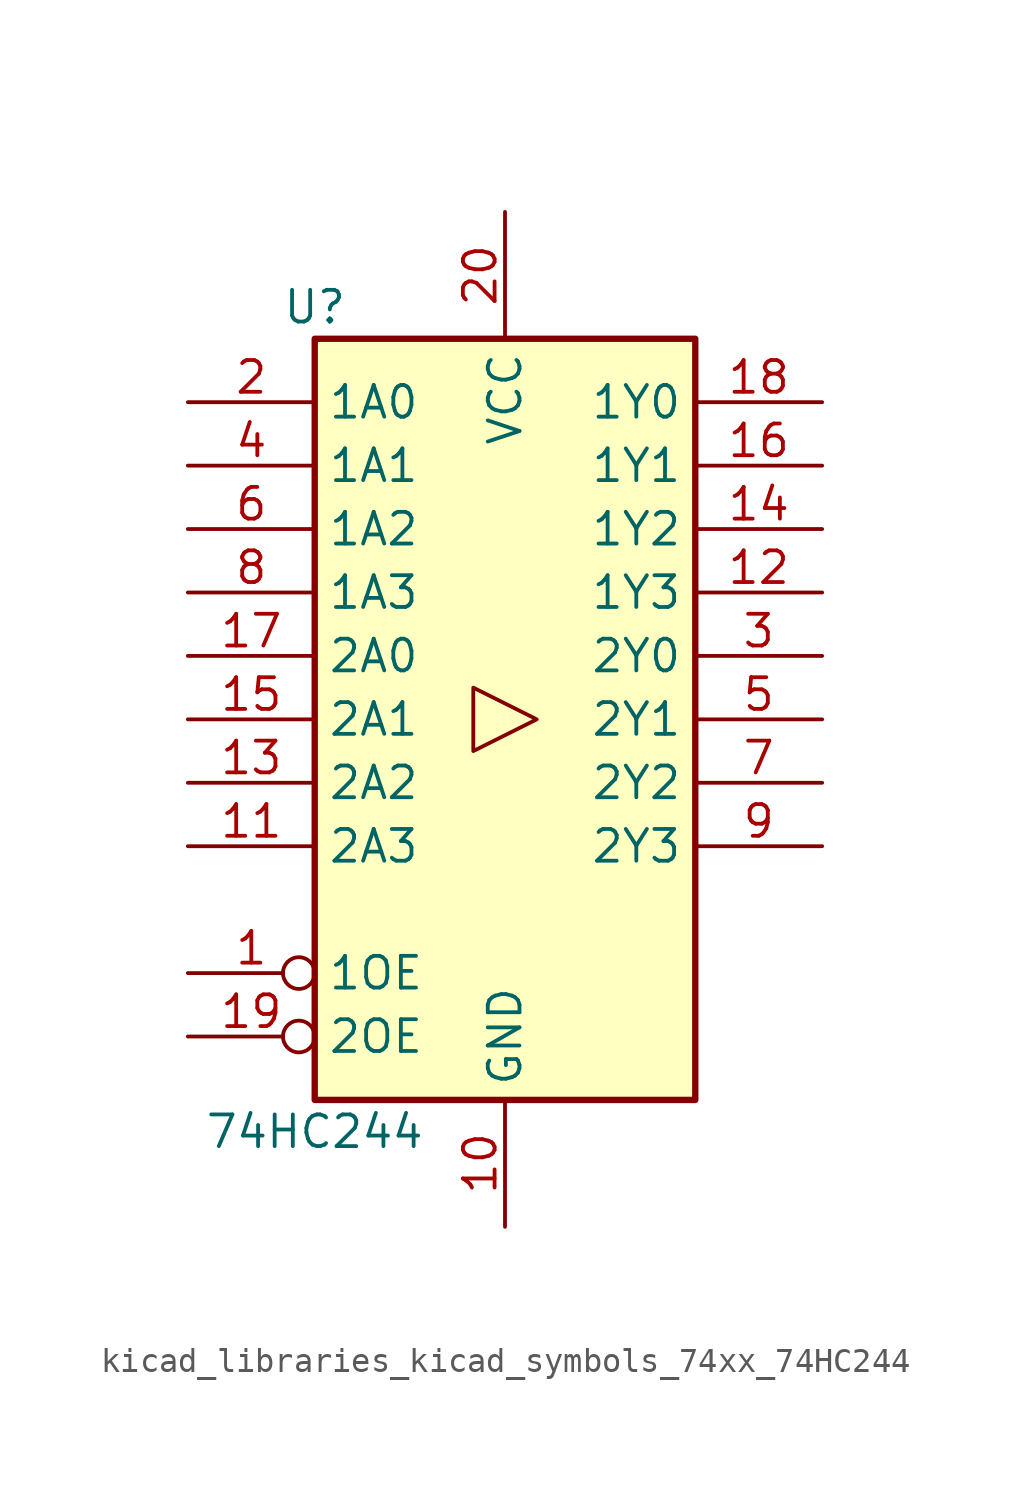
<source format=kicad_sym>
(kicad_symbol_lib
  (version 20220914)
  (generator kicad_symbol_editor)
  (symbol "kicad_libraries_kicad_symbols_74xx_74HC244"
    (property "Reference" "U"
      (at -7.62 16.51 0)
      (effects (font (size 1.27 1.27))))
    (property "Value" "74HC244"
      (at -7.62 -16.51 0)
      (effects (font (size 1.27 1.27))))
    (symbol "kicad_libraries_kicad_symbols_74xx_74HC244_1_0"
      (polyline (pts (xy 1.27 0) (xy -1.27 1.27) (xy -1.27 -1.27) (xy 1.27 0)) (stroke (width 0.152) (type default)) (fill (type none)))
      (pin input inverted (at -12.7 -10.16 0) (length 5.08) (name "1OE" (effects (font (size 1.27 1.27)))) (number "1" (effects (font (size 1.27 1.27)))))
      (pin power_in line (at 0 -20.32 90) (length 5.08) (name "GND" (effects (font (size 1.27 1.27)))) (number "10" (effects (font (size 1.27 1.27)))))
      (pin input line (at -12.7 -5.08 0) (length 5.08) (name "2A3" (effects (font (size 1.27 1.27)))) (number "11" (effects (font (size 1.27 1.27)))))
      (pin tri_state line (at 12.7 5.08 180) (length 5.08) (name "1Y3" (effects (font (size 1.27 1.27)))) (number "12" (effects (font (size 1.27 1.27)))))
      (pin input line (at -12.7 -2.54 0) (length 5.08) (name "2A2" (effects (font (size 1.27 1.27)))) (number "13" (effects (font (size 1.27 1.27)))))
      (pin tri_state line (at 12.7 7.62 180) (length 5.08) (name "1Y2" (effects (font (size 1.27 1.27)))) (number "14" (effects (font (size 1.27 1.27)))))
      (pin input line (at -12.7 0 0) (length 5.08) (name "2A1" (effects (font (size 1.27 1.27)))) (number "15" (effects (font (size 1.27 1.27)))))
      (pin tri_state line (at 12.7 10.16 180) (length 5.08) (name "1Y1" (effects (font (size 1.27 1.27)))) (number "16" (effects (font (size 1.27 1.27)))))
      (pin input line (at -12.7 2.54 0) (length 5.08) (name "2A0" (effects (font (size 1.27 1.27)))) (number "17" (effects (font (size 1.27 1.27)))))
      (pin tri_state line (at 12.7 12.7 180) (length 5.08) (name "1Y0" (effects (font (size 1.27 1.27)))) (number "18" (effects (font (size 1.27 1.27)))))
      (pin input inverted (at -12.7 -12.7 0) (length 5.08) (name "2OE" (effects (font (size 1.27 1.27)))) (number "19" (effects (font (size 1.27 1.27)))))
      (pin input line (at -12.7 12.7 0) (length 5.08) (name "1A0" (effects (font (size 1.27 1.27)))) (number "2" (effects (font (size 1.27 1.27)))))
      (pin power_in line (at 0 20.32 270) (length 5.08) (name "VCC" (effects (font (size 1.27 1.27)))) (number "20" (effects (font (size 1.27 1.27)))))
      (pin tri_state line (at 12.7 2.54 180) (length 5.08) (name "2Y0" (effects (font (size 1.27 1.27)))) (number "3" (effects (font (size 1.27 1.27)))))
      (pin input line (at -12.7 10.16 0) (length 5.08) (name "1A1" (effects (font (size 1.27 1.27)))) (number "4" (effects (font (size 1.27 1.27)))))
      (pin tri_state line (at 12.7 0 180) (length 5.08) (name "2Y1" (effects (font (size 1.27 1.27)))) (number "5" (effects (font (size 1.27 1.27)))))
      (pin input line (at -12.7 7.62 0) (length 5.08) (name "1A2" (effects (font (size 1.27 1.27)))) (number "6" (effects (font (size 1.27 1.27)))))
      (pin tri_state line (at 12.7 -2.54 180) (length 5.08) (name "2Y2" (effects (font (size 1.27 1.27)))) (number "7" (effects (font (size 1.27 1.27)))))
      (pin input line (at -12.7 5.08 0) (length 5.08) (name "1A3" (effects (font (size 1.27 1.27)))) (number "8" (effects (font (size 1.27 1.27)))))
      (pin tri_state line (at 12.7 -5.08 180) (length 5.08) (name "2Y3" (effects (font (size 1.27 1.27)))) (number "9" (effects (font (size 1.27 1.27))))))
    (symbol "kicad_libraries_kicad_symbols_74xx_74HC244_1_1"
      (rectangle (start -7.62 15.24) (end 7.62 -15.24) (stroke (width 0.254) (type default)) (fill (type background))))))
</source>
